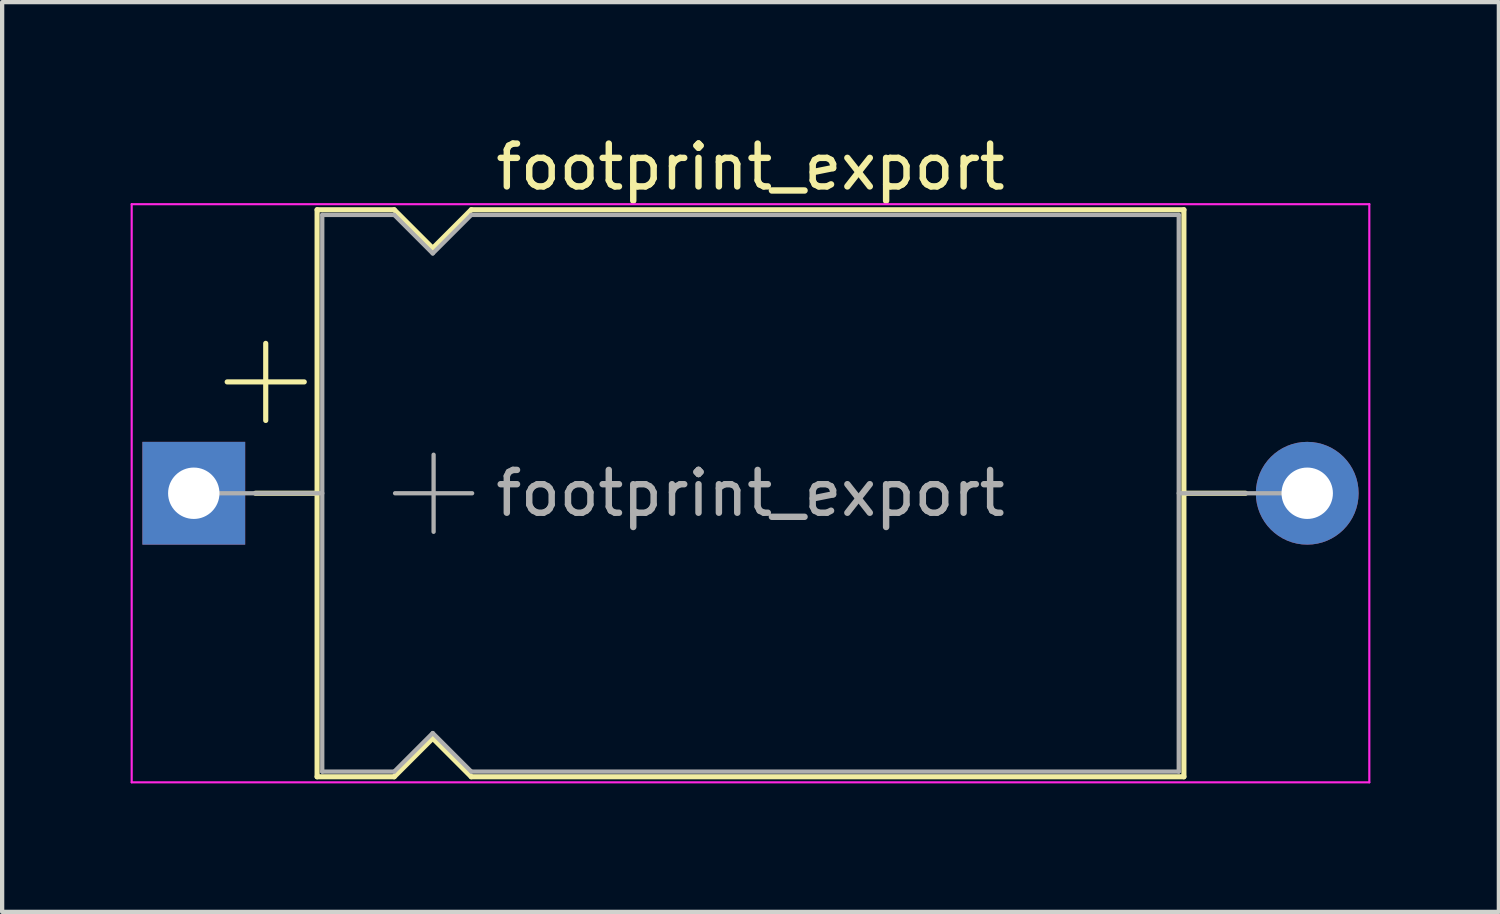
<source format=kicad_pcb>
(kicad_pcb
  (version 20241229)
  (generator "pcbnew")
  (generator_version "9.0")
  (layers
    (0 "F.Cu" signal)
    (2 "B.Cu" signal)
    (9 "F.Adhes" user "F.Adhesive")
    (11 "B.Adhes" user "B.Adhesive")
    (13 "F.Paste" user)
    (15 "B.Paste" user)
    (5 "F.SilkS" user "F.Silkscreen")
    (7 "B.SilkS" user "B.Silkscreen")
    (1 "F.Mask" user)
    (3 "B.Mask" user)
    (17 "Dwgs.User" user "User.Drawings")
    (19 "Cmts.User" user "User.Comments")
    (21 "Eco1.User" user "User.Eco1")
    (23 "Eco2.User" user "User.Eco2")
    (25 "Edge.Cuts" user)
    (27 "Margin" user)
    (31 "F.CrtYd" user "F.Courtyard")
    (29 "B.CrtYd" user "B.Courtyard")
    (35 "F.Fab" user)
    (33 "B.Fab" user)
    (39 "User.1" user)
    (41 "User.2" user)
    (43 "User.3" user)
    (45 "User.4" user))
  (footprint "footprint_export"
    (layer "F.Cu")
    (at 1.475 8.468)
    (property "Reference" "footprint_export" (at 13 -7.62 0) (layer "F.SilkS") (effects (font (size 1 1) (thickness 0.15))))
    (attr through_hole)
    (fp_line (start 0.78 -2.6) (end 2.58 -2.6) (stroke (width 0.12) (type solid)) (layer "F.SilkS"))
    (fp_line (start 1.44 0) (end 2.88 0) (stroke (width 0.12) (type solid)) (layer "F.SilkS"))
    (fp_line (start 1.68 -3.5) (end 1.68 -1.7) (stroke (width 0.12) (type solid)) (layer "F.SilkS"))
    (fp_line (start 2.88 -6.62) (end 2.88 6.62) (stroke (width 0.12) (type solid)) (layer "F.SilkS"))
    (fp_line (start 2.88 -6.62) (end 4.68 -6.62) (stroke (width 0.12) (type solid)) (layer "F.SilkS"))
    (fp_line (start 2.88 6.62) (end 4.68 6.62) (stroke (width 0.12) (type solid)) (layer "F.SilkS"))
    (fp_line (start 4.68 -6.62) (end 5.58 -5.72) (stroke (width 0.12) (type solid)) (layer "F.SilkS"))
    (fp_line (start 4.68 6.62) (end 5.58 5.72) (stroke (width 0.12) (type solid)) (layer "F.SilkS"))
    (fp_line (start 5.58 -5.72) (end 6.48 -6.62) (stroke (width 0.12) (type solid)) (layer "F.SilkS"))
    (fp_line (start 5.58 5.72) (end 6.48 6.62) (stroke (width 0.12) (type solid)) (layer "F.SilkS"))
    (fp_line (start 6.48 -6.62) (end 23.12 -6.62) (stroke (width 0.12) (type solid)) (layer "F.SilkS"))
    (fp_line (start 6.48 6.62) (end 23.12 6.62) (stroke (width 0.12) (type solid)) (layer "F.SilkS"))
    (fp_line (start 23.12 -6.62) (end 23.12 6.62) (stroke (width 0.12) (type solid)) (layer "F.SilkS"))
    (fp_line (start 24.56 0) (end 23.12 0) (stroke (width 0.12) (type solid)) (layer "F.SilkS"))
    (fp_line (start -1.45 -6.75) (end -1.45 6.75) (stroke (width 0.05) (type solid)) (layer "F.CrtYd"))
    (fp_line (start -1.45 6.75) (end 27.45 6.75) (stroke (width 0.05) (type solid)) (layer "F.CrtYd"))
    (fp_line (start 27.45 -6.75) (end -1.45 -6.75) (stroke (width 0.05) (type solid)) (layer "F.CrtYd"))
    (fp_line (start 27.45 6.75) (end 27.45 -6.75) (stroke (width 0.05) (type solid)) (layer "F.CrtYd"))
    (fp_line (start 0 0) (end 3 0) (stroke (width 0.1) (type solid)) (layer "F.Fab"))
    (fp_line (start 3 -6.5) (end 3 6.5) (stroke (width 0.1) (type solid)) (layer "F.Fab"))
    (fp_line (start 3 -6.5) (end 4.68 -6.5) (stroke (width 0.1) (type solid)) (layer "F.Fab"))
    (fp_line (start 3 6.5) (end 4.68 6.5) (stroke (width 0.1) (type solid)) (layer "F.Fab"))
    (fp_line (start 4.68 -6.5) (end 5.58 -5.6) (stroke (width 0.1) (type solid)) (layer "F.Fab"))
    (fp_line (start 4.68 6.5) (end 5.58 5.6) (stroke (width 0.1) (type solid)) (layer "F.Fab"))
    (fp_line (start 4.7 0) (end 6.5 0) (stroke (width 0.1) (type solid)) (layer "F.Fab"))
    (fp_line (start 5.58 -5.6) (end 6.48 -6.5) (stroke (width 0.1) (type solid)) (layer "F.Fab"))
    (fp_line (start 5.58 5.6) (end 6.48 6.5) (stroke (width 0.1) (type solid)) (layer "F.Fab"))
    (fp_line (start 5.6 -0.9) (end 5.6 0.9) (stroke (width 0.1) (type solid)) (layer "F.Fab"))
    (fp_line (start 6.48 -6.5) (end 23 -6.5) (stroke (width 0.1) (type solid)) (layer "F.Fab"))
    (fp_line (start 6.48 6.5) (end 23 6.5) (stroke (width 0.1) (type solid)) (layer "F.Fab"))
    (fp_line (start 23 -6.5) (end 23 6.5) (stroke (width 0.1) (type solid)) (layer "F.Fab"))
    (fp_line (start 26 0) (end 23 0) (stroke (width 0.1) (type solid)) (layer "F.Fab"))
    (fp_text user "${REFERENCE}" (at 13 0 0) (layer "F.Fab") (effects (font (size 1 1) (thickness 0.15))))
    (pad "1" thru_hole rect (at 0 0) (size 2.4 2.4) (drill 1.2) (layers "*.Cu" "*.Mask"))
    (pad "2" thru_hole oval (at 26 0) (size 2.4 2.4) (drill 1.2) (layers "*.Cu" "*.Mask")))
  (gr_rect
    (start -3 -3)
    (end 31.95 18.243)
    (stroke (width 0.1) (type default))
    (fill no)
    (layer "Edge.Cuts")))
</source>
